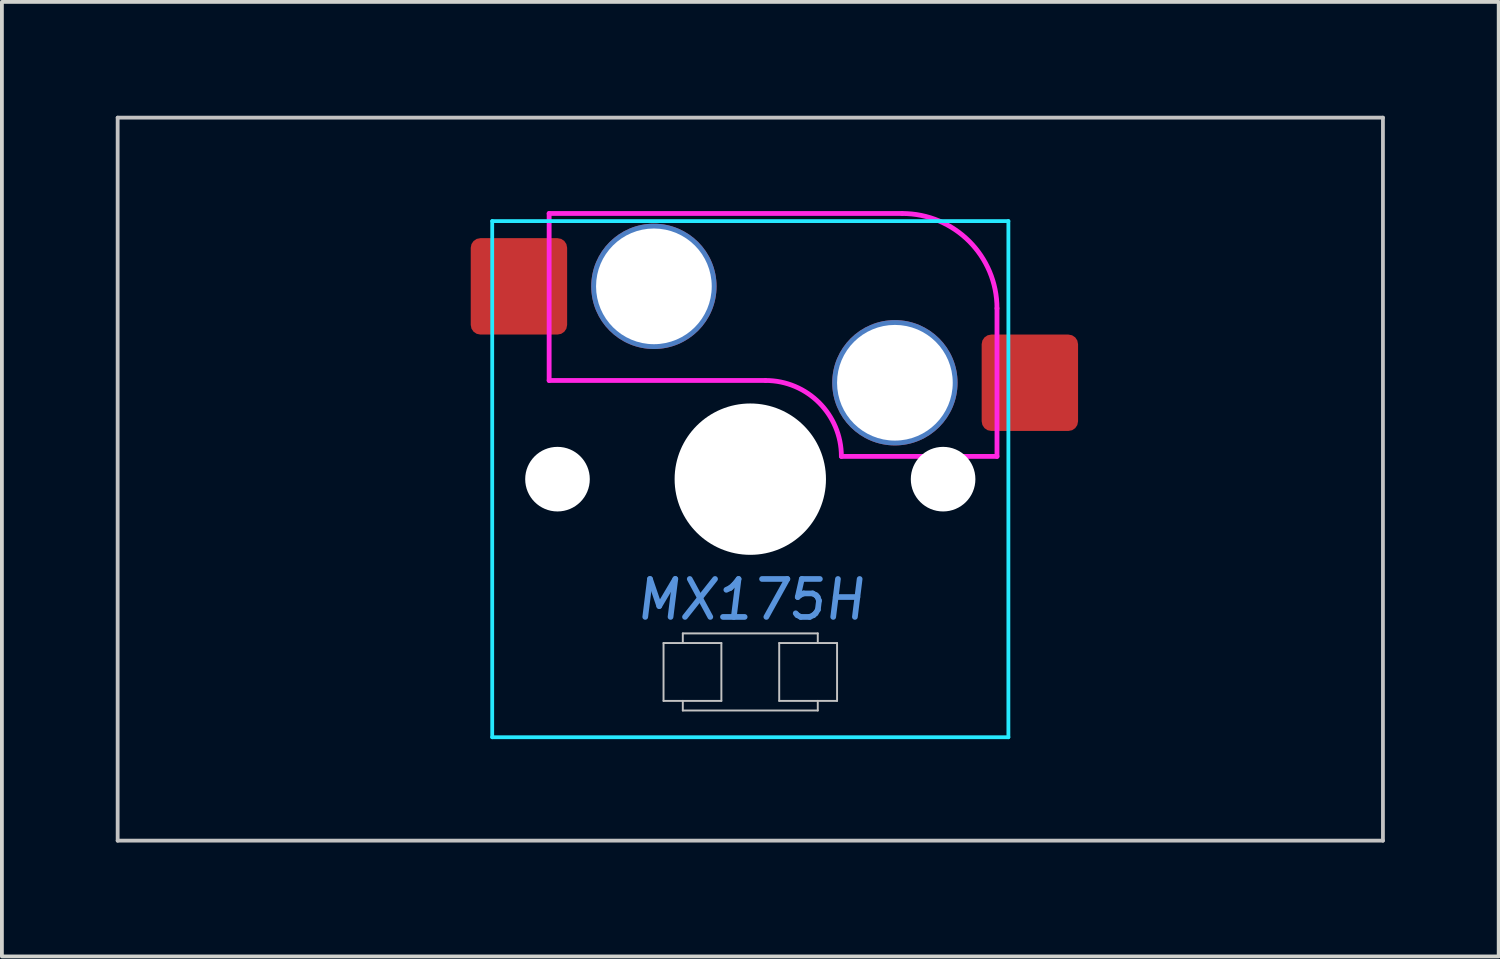
<source format=kicad_pcb>
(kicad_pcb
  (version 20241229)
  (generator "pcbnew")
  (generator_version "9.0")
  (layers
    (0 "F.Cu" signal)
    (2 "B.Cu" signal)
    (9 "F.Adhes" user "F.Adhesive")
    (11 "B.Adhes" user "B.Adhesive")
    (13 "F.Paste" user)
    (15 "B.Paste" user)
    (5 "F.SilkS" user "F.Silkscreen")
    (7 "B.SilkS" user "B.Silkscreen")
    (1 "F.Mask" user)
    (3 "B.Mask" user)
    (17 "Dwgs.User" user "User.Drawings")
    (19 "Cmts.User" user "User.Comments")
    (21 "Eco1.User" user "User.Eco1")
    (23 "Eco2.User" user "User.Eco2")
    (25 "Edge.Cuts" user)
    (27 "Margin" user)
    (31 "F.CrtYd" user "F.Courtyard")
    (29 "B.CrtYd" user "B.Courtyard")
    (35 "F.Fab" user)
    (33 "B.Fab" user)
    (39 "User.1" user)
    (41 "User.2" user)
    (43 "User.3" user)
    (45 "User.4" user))
  (footprint "MX175H"
    (layer "F.Cu")
    (at 14.179 4.495)
    (property "Reference" "MX175H" (at 2.54 8.255 0) (layer "Cmts.User") (effects (font (size 1 1) (thickness 0.15) (italic yes))))
    (attr smd)
    (fp_line (start -14.129 -4.445) (end -14.129 14.605) (stroke (width 0.1) (type solid)) (layer "Dwgs.User"))
    (fp_line (start -14.129 -4.445) (end 19.209 -4.445) (stroke (width 0.1) (type solid)) (layer "Dwgs.User"))
    (fp_line (start -14.129 14.605) (end 19.209 14.605) (stroke (width 0.1) (type solid)) (layer "Dwgs.User"))
    (fp_line (start 0.254 9.398) (end 0.254 10.922) (stroke (width 0.051) (type solid)) (layer "Dwgs.User"))
    (fp_line (start 0.254 10.922) (end 1.778 10.922) (stroke (width 0.051) (type solid)) (layer "Dwgs.User"))
    (fp_line (start 0.762 9.144) (end 0.762 9.398) (stroke (width 0.051) (type solid)) (layer "Dwgs.User"))
    (fp_line (start 0.762 11.176) (end 0.762 10.922) (stroke (width 0.051) (type solid)) (layer "Dwgs.User"))
    (fp_line (start 0.762 11.176) (end 4.318 11.176) (stroke (width 0.051) (type solid)) (layer "Dwgs.User"))
    (fp_line (start 1.778 9.398) (end 0.254 9.398) (stroke (width 0.051) (type solid)) (layer "Dwgs.User"))
    (fp_line (start 1.778 10.922) (end 1.778 9.398) (stroke (width 0.051) (type solid)) (layer "Dwgs.User"))
    (fp_line (start 3.302 9.398) (end 4.826 9.398) (stroke (width 0.051) (type solid)) (layer "Dwgs.User"))
    (fp_line (start 3.302 10.922) (end 3.302 9.398) (stroke (width 0.051) (type solid)) (layer "Dwgs.User"))
    (fp_line (start 4.318 9.144) (end 0.762 9.144) (stroke (width 0.051) (type solid)) (layer "Dwgs.User"))
    (fp_line (start 4.318 9.398) (end 4.318 9.144) (stroke (width 0.051) (type solid)) (layer "Dwgs.User"))
    (fp_line (start 4.318 11.176) (end 4.318 10.922) (stroke (width 0.051) (type solid)) (layer "Dwgs.User"))
    (fp_line (start 4.826 9.398) (end 4.826 10.922) (stroke (width 0.051) (type solid)) (layer "Dwgs.User"))
    (fp_line (start 4.826 10.922) (end 3.302 10.922) (stroke (width 0.051) (type solid)) (layer "Dwgs.User"))
    (fp_line (start 19.209 14.605) (end 19.209 -4.445) (stroke (width 0.1) (type solid)) (layer "Dwgs.User"))
    (fp_line (start -4.46 11.58) (end -4.46 -1.42) (stroke (width 0.1) (type solid)) (layer "Eco1.User"))
    (fp_line (start -3.96 -1.92) (end 9.04 -1.92) (stroke (width 0.1) (type solid)) (layer "Eco1.User"))
    (fp_line (start 9.04 12.08) (end -3.96 12.08) (stroke (width 0.1) (type solid)) (layer "Eco1.User"))
    (fp_line (start 9.54 -1.42) (end 9.54 11.58) (stroke (width 0.1) (type solid)) (layer "Eco1.User"))
    (fp_arc (start -4.46 -1.42) (mid -4.313553 -1.773553) (end -3.96 -1.92) (stroke (width 0.1) (type solid)) (layer "Eco1.User"))
    (fp_arc (start -3.96 12.08) (mid -4.313553 11.933553) (end -4.46 11.58) (stroke (width 0.1) (type solid)) (layer "Eco1.User"))
    (fp_arc (start 9.04 -1.92) (mid 9.393553 -1.773553) (end 9.54 -1.42) (stroke (width 0.1) (type solid)) (layer "Eco1.User"))
    (fp_arc (start 9.54 11.58) (mid 9.393553 11.933553) (end 9.04 12.08) (stroke (width 0.1) (type solid)) (layer "Eco1.User"))
    (fp_line (start -4.26 -1.72) (end -4.26 11.88) (stroke (width 0.1) (type solid)) (layer "B.CrtYd"))
    (fp_line (start -4.26 -1.72) (end 9.34 -1.72) (stroke (width 0.1) (type solid)) (layer "B.CrtYd"))
    (fp_line (start 9.34 11.88) (end -4.26 11.88) (stroke (width 0.1) (type solid)) (layer "B.CrtYd"))
    (fp_line (start 9.34 11.88) (end 9.34 -1.72) (stroke (width 0.1) (type solid)) (layer "B.CrtYd"))
    (fp_line (start -2.76 -1.92) (end -2.76 2.48) (stroke (width 0.127) (type solid)) (layer "F.CrtYd"))
    (fp_line (start -2.76 -1.92) (end 6.54 -1.92) (stroke (width 0.127) (type solid)) (layer "F.CrtYd"))
    (fp_line (start 2.94 2.48) (end -2.76 2.48) (stroke (width 0.127) (type solid)) (layer "F.CrtYd"))
    (fp_line (start 9.04 0.58) (end 9.04 4.48) (stroke (width 0.127) (type solid)) (layer "F.CrtYd"))
    (fp_line (start 9.04 4.48) (end 4.94 4.48) (stroke (width 0.127) (type solid)) (layer "F.CrtYd"))
    (fp_arc (start 2.94 2.48) (mid 4.354214 3.065786) (end 4.94 4.48) (stroke (width 0.127) (type solid)) (layer "F.CrtYd"))
    (fp_arc (start 6.54 -1.92) (mid 8.307767 -1.187767) (end 9.04 0.58) (stroke (width 0.127) (type solid)) (layer "F.CrtYd"))
    (pad "" np_thru_hole circle (at -2.54 5.08) (size 1.702 1.702) (drill 1.702) (layers "*.Cu" "*.Mask"))
    (pad "" np_thru_hole circle (at 0 0) (size 3.302 3.302) (drill 3.048) (layers "*.Cu" "*.Mask"))
    (pad "" np_thru_hole circle (at 2.54 5.08) (size 3.988 3.988) (drill 3.988) (layers "*.Cu" "*.Mask"))
    (pad "" np_thru_hole circle (at 6.35 2.54 90) (size 3.302 3.302) (drill 3.048) (layers "*.Cu" "*.Mask"))
    (pad "" np_thru_hole circle (at 7.62 5.08) (size 1.702 1.702) (drill 1.702) (layers "*.Cu" "*.Mask"))
    (pad "1" smd roundrect (at -3.556 0) (size 2.54 2.54) (layers "F.Cu" "F.Mask") (roundrect_rratio 0.1))
    (pad "2" smd roundrect (at 9.906 2.54) (size 2.54 2.54) (layers "F.Cu" "F.Mask") (roundrect_rratio 0.1)))
  (gr_rect
    (start -3 -3)
    (end 36.438 22.15)
    (stroke (width 0.1) (type default))
    (fill no)
    (layer "Edge.Cuts")))
</source>
